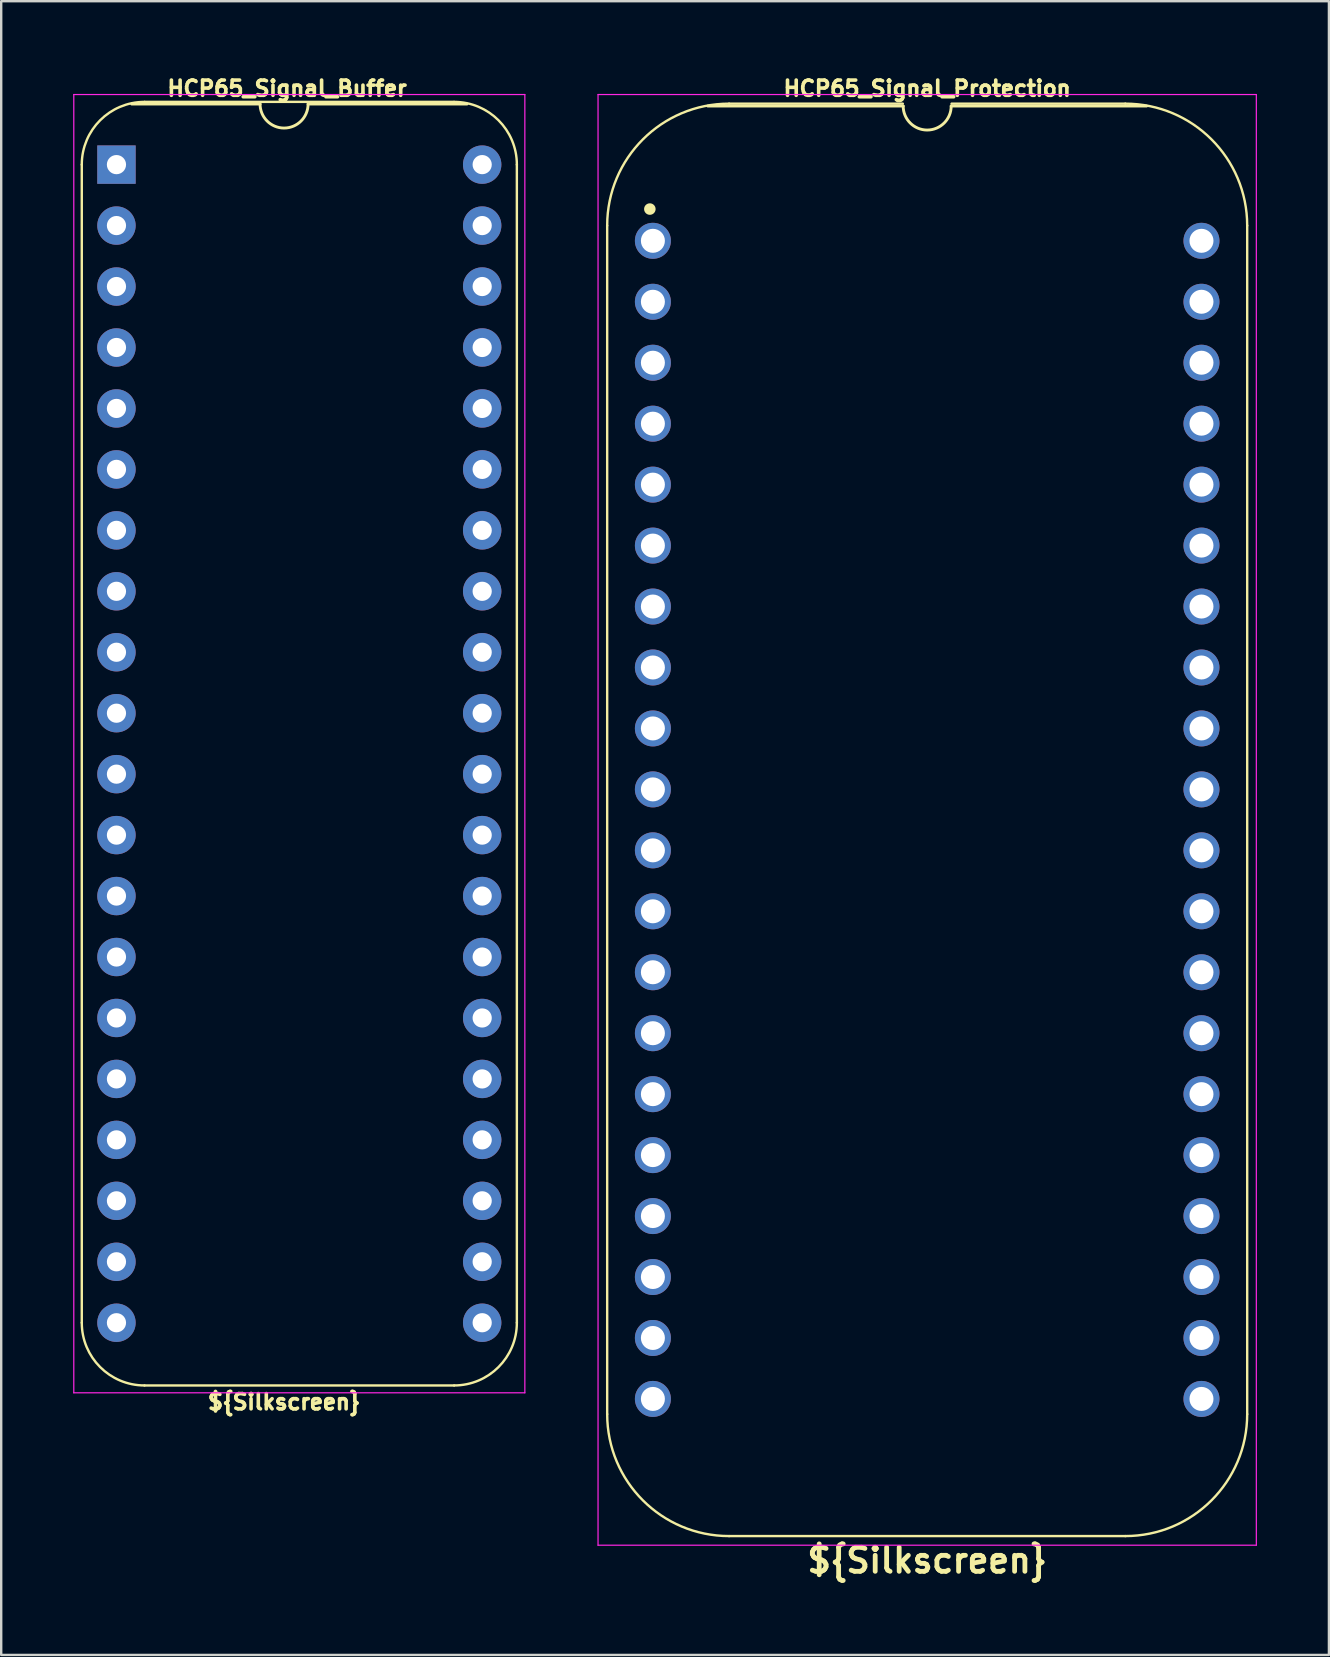
<source format=kicad_pcb>
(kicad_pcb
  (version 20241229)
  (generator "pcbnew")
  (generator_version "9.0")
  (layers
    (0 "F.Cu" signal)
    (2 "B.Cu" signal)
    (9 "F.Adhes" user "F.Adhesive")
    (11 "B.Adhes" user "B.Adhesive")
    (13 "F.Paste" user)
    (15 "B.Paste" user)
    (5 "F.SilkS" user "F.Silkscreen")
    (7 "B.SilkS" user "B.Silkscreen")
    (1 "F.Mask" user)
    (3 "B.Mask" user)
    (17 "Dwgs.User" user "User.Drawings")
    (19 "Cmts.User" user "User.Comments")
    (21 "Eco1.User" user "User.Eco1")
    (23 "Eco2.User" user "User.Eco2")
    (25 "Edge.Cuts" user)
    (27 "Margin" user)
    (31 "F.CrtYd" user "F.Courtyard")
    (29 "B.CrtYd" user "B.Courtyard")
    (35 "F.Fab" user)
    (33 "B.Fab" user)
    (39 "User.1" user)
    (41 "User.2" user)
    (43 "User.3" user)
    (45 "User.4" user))
  (footprint "HCP65_Signal_Protection"
    (layer "F.Cu")
    (at 24.157 6.985)
    (property "Reference" "HCP65_Signal_Protection" (at 11.43 -6.35 0) (layer "F.SilkS") (effects (font (size 0.635 0.635) (thickness 0.15))))
    (property "Silkscreen" "${Silkscreen}" (at 11.43 54.991 0) (layer "F.SilkS") (effects (font (size 1 1) (thickness 0.2))))
    (attr through_hole)
    (fp_line (start -1.905 -0.635) (end -1.905 48.895) (stroke (width 0.1) (type solid)) (layer "F.SilkS"))
    (fp_line (start 10.414 -5.715) (end 3.175 -5.715) (stroke (width 0.1) (type solid)) (layer "F.SilkS"))
    (fp_line (start 10.43 -5.616) (end 2.286 -5.616) (stroke (width 0.12) (type solid)) (layer "F.SilkS"))
    (fp_line (start 19.685 -5.715) (end 12.446 -5.715) (stroke (width 0.1) (type solid)) (layer "F.SilkS"))
    (fp_line (start 19.685 53.975) (end 3.175 53.975) (stroke (width 0.1) (type solid)) (layer "F.SilkS"))
    (fp_line (start 20.574 -5.616) (end 12.43 -5.616) (stroke (width 0.12) (type solid)) (layer "F.SilkS"))
    (fp_line (start 24.765 48.895) (end 24.765 -0.635) (stroke (width 0.1) (type solid)) (layer "F.SilkS"))
    (fp_arc (start -1.905 -0.635) (mid -0.417102 -4.227102) (end 3.175 -5.715) (stroke (width 0.1) (type solid)) (layer "F.SilkS"))
    (fp_arc (start 3.175 53.975) (mid -0.417102 52.487102) (end -1.905 48.895) (stroke (width 0.1) (type solid)) (layer "F.SilkS"))
    (fp_arc (start 12.43 -5.616) (mid 11.43 -4.616) (end 10.43 -5.616) (stroke (width 0.12) (type solid)) (layer "F.SilkS"))
    (fp_arc (start 19.685 -5.715) (mid 23.277102 -4.227102) (end 24.765 -0.635) (stroke (width 0.1) (type solid)) (layer "F.SilkS"))
    (fp_arc (start 24.765 48.895) (mid 23.277102 52.487102) (end 19.685 53.975) (stroke (width 0.1) (type solid)) (layer "F.SilkS"))
    (fp_circle (center -0.127 -1.323) (end 0.053 -1.323) (stroke (width 0.12) (type solid)) (fill yes) (layer "F.SilkS"))
    (fp_line (start -2.286 -6.096) (end -2.286 54.356) (stroke (width 0.05) (type solid)) (layer "F.CrtYd"))
    (fp_line (start -2.286 -6.096) (end 25.146 -6.096) (stroke (width 0.05) (type solid)) (layer "F.CrtYd"))
    (fp_line (start -2.286 54.356) (end 25.146 54.356) (stroke (width 0.05) (type solid)) (layer "F.CrtYd"))
    (fp_line (start 25.146 54.356) (end 25.146 -6.096) (stroke (width 0.05) (type solid)) (layer "F.CrtYd"))
    (pad "1" thru_hole circle (at 0 0) (size 1.5 1.5) (drill 1) (layers "*.Cu" "*.Mask"))
    (pad "2" thru_hole circle (at 0 2.54) (size 1.5 1.5) (drill 1) (layers "*.Cu" "*.Mask"))
    (pad "3" thru_hole circle (at 0 5.08) (size 1.5 1.5) (drill 1) (layers "*.Cu" "*.Mask"))
    (pad "4" thru_hole circle (at 0 7.62) (size 1.5 1.5) (drill 1) (layers "*.Cu" "*.Mask"))
    (pad "5" thru_hole circle (at 0 10.16) (size 1.5 1.5) (drill 1) (layers "*.Cu" "*.Mask"))
    (pad "6" thru_hole circle (at 0 12.7) (size 1.5 1.5) (drill 1) (layers "*.Cu" "*.Mask"))
    (pad "7" thru_hole circle (at 0 15.24) (size 1.5 1.5) (drill 1) (layers "*.Cu" "*.Mask"))
    (pad "8" thru_hole circle (at 0 17.78) (size 1.5 1.5) (drill 1) (layers "*.Cu" "*.Mask"))
    (pad "9" thru_hole circle (at 0 20.32) (size 1.5 1.5) (drill 1) (layers "*.Cu" "*.Mask"))
    (pad "10" thru_hole circle (at 0 22.86) (size 1.5 1.5) (drill 1) (layers "*.Cu" "*.Mask"))
    (pad "11" thru_hole circle (at 0 25.4) (size 1.5 1.5) (drill 1) (layers "*.Cu" "*.Mask"))
    (pad "12" thru_hole circle (at 0 27.94) (size 1.5 1.5) (drill 1) (layers "*.Cu" "*.Mask"))
    (pad "13" thru_hole circle (at 0 30.48) (size 1.5 1.5) (drill 1) (layers "*.Cu" "*.Mask"))
    (pad "14" thru_hole circle (at 0 33.02) (size 1.5 1.5) (drill 1) (layers "*.Cu" "*.Mask"))
    (pad "15" thru_hole circle (at 0 35.56) (size 1.5 1.5) (drill 1) (layers "*.Cu" "*.Mask"))
    (pad "16" thru_hole circle (at 0 38.1) (size 1.5 1.5) (drill 1) (layers "*.Cu" "*.Mask"))
    (pad "17" thru_hole circle (at 0 40.64) (size 1.5 1.5) (drill 1) (layers "*.Cu" "*.Mask"))
    (pad "18" thru_hole circle (at 0 43.18) (size 1.5 1.5) (drill 1) (layers "*.Cu" "*.Mask"))
    (pad "19" thru_hole circle (at 0 45.72) (size 1.5 1.5) (drill 1) (layers "*.Cu" "*.Mask"))
    (pad "20" thru_hole circle (at 0 48.26) (size 1.5 1.5) (drill 1) (layers "*.Cu" "*.Mask"))
    (pad "21" thru_hole circle (at 22.86 48.26) (size 1.5 1.5) (drill 1) (layers "*.Cu" "*.Mask"))
    (pad "22" thru_hole circle (at 22.86 45.72) (size 1.5 1.5) (drill 1) (layers "*.Cu" "*.Mask"))
    (pad "23" thru_hole circle (at 22.86 43.18) (size 1.5 1.5) (drill 1) (layers "*.Cu" "*.Mask"))
    (pad "24" thru_hole circle (at 22.86 40.64) (size 1.5 1.5) (drill 1) (layers "*.Cu" "*.Mask"))
    (pad "25" thru_hole circle (at 22.86 38.1) (size 1.5 1.5) (drill 1) (layers "*.Cu" "*.Mask"))
    (pad "26" thru_hole circle (at 22.86 35.56) (size 1.5 1.5) (drill 1) (layers "*.Cu" "*.Mask"))
    (pad "27" thru_hole circle (at 22.86 33.02) (size 1.5 1.5) (drill 1) (layers "*.Cu" "*.Mask"))
    (pad "28" thru_hole circle (at 22.86 30.48) (size 1.5 1.5) (drill 1) (layers "*.Cu" "*.Mask"))
    (pad "29" thru_hole circle (at 22.86 27.94) (size 1.5 1.5) (drill 1) (layers "*.Cu" "*.Mask"))
    (pad "30" thru_hole circle (at 22.86 25.4) (size 1.5 1.5) (drill 1) (layers "*.Cu" "*.Mask"))
    (pad "31" thru_hole circle (at 22.86 22.86) (size 1.5 1.5) (drill 1) (layers "*.Cu" "*.Mask"))
    (pad "32" thru_hole circle (at 22.86 20.32) (size 1.5 1.5) (drill 1) (layers "*.Cu" "*.Mask"))
    (pad "33" thru_hole circle (at 22.86 17.78) (size 1.5 1.5) (drill 1) (layers "*.Cu" "*.Mask"))
    (pad "34" thru_hole circle (at 22.86 15.24) (size 1.5 1.5) (drill 1) (layers "*.Cu" "*.Mask"))
    (pad "35" thru_hole circle (at 22.86 12.7) (size 1.5 1.5) (drill 1) (layers "*.Cu" "*.Mask"))
    (pad "36" thru_hole circle (at 22.86 10.16) (size 1.5 1.5) (drill 1) (layers "*.Cu" "*.Mask"))
    (pad "37" thru_hole circle (at 22.86 7.62) (size 1.5 1.5) (drill 1) (layers "*.Cu" "*.Mask"))
    (pad "38" thru_hole circle (at 22.86 5.08) (size 1.5 1.5) (drill 1) (layers "*.Cu" "*.Mask"))
    (pad "39" thru_hole circle (at 22.86 2.54) (size 1.5 1.5) (drill 1) (layers "*.Cu" "*.Mask"))
    (pad "40" thru_hole circle (at 22.86 0) (size 1.5 1.5) (drill 1) (layers "*.Cu" "*.Mask")))
  (footprint "HCP65_Signal_Buffer"
    (layer "F.Cu")
    (at 1.803 3.81)
    (property "Reference" "HCP65_Signal_Buffer" (at 7.112 -3.175 0) (layer "F.SilkS") (effects (font (size 0.635 0.635) (thickness 0.15))))
    (attr through_hole)
    (fp_line (start -1.445 48.26) (end -1.445 0) (stroke (width 0.1) (type solid)) (layer "F.SilkS"))
    (fp_line (start 1.168 -2.614) (end 14.072 -2.614) (stroke (width 0.1) (type solid)) (layer "F.SilkS"))
    (fp_line (start 5.985 -2.524) (end 0.635 -2.524) (stroke (width 0.12) (type solid)) (layer "F.SilkS"))
    (fp_line (start 14.072 50.874) (end 1.168 50.874) (stroke (width 0.1) (type solid)) (layer "F.SilkS"))
    (fp_line (start 14.605 -2.524) (end 7.985 -2.524) (stroke (width 0.12) (type solid)) (layer "F.SilkS"))
    (fp_line (start 16.685 48.26) (end 16.685 0) (stroke (width 0.1) (type solid)) (layer "F.SilkS"))
    (fp_arc (start -1.445332 0) (mid -0.679788 -1.848188) (end 1.1684 -2.613732) (stroke (width 0.1) (type solid)) (layer "F.SilkS"))
    (fp_arc (start 1.168401 50.873733) (mid -0.679788 50.108189) (end -1.445332 48.26) (stroke (width 0.1) (type solid)) (layer "F.SilkS"))
    (fp_arc (start 7.985 -2.524) (mid 6.985 -1.524) (end 5.985 -2.524) (stroke (width 0.12) (type solid)) (layer "F.SilkS"))
    (fp_arc (start 14.0716 -2.613732) (mid 15.919788 -1.848188) (end 16.685332 0) (stroke (width 0.1) (type solid)) (layer "F.SilkS"))
    (fp_arc (start 16.685333 48.260001) (mid 15.919788 50.108188) (end 14.071601 50.873733) (stroke (width 0.1) (type solid)) (layer "F.SilkS"))
    (fp_line (start -1.778 -2.921) (end -1.778 51.181) (stroke (width 0.05) (type solid)) (layer "F.CrtYd"))
    (fp_line (start -1.778 -2.921) (end 17.018 -2.921) (stroke (width 0.05) (type solid)) (layer "F.CrtYd"))
    (fp_line (start -1.778 51.181) (end 17.018 51.181) (stroke (width 0.05) (type solid)) (layer "F.CrtYd"))
    (fp_line (start 17.018 -2.921) (end 17.018 51.181) (stroke (width 0.05) (type solid)) (layer "F.CrtYd"))
    (fp_text user "${Silkscreen}" (at 6.985 51.562 0) (layer "F.SilkS") (effects (font (size 0.635 0.635) (thickness 0.15))))
    (pad "1" thru_hole rect (at 0 0) (size 1.6 1.6) (drill 0.8) (layers "*.Cu" "*.Mask"))
    (pad "2" thru_hole oval (at 0 2.54) (size 1.6 1.6) (drill 0.8) (layers "*.Cu" "*.Mask"))
    (pad "3" thru_hole oval (at 0 5.08) (size 1.6 1.6) (drill 0.8) (layers "*.Cu" "*.Mask"))
    (pad "4" thru_hole oval (at 0 7.62) (size 1.6 1.6) (drill 0.8) (layers "*.Cu" "*.Mask"))
    (pad "5" thru_hole oval (at 0 10.16) (size 1.6 1.6) (drill 0.8) (layers "*.Cu" "*.Mask"))
    (pad "6" thru_hole oval (at 0 12.7) (size 1.6 1.6) (drill 0.8) (layers "*.Cu" "*.Mask"))
    (pad "7" thru_hole oval (at 0 15.24) (size 1.6 1.6) (drill 0.8) (layers "*.Cu" "*.Mask"))
    (pad "8" thru_hole oval (at 0 17.78) (size 1.6 1.6) (drill 0.8) (layers "*.Cu" "*.Mask"))
    (pad "9" thru_hole oval (at 0 20.32) (size 1.6 1.6) (drill 0.8) (layers "*.Cu" "*.Mask"))
    (pad "10" thru_hole oval (at 0 22.86) (size 1.6 1.6) (drill 0.8) (layers "*.Cu" "*.Mask"))
    (pad "11" thru_hole oval (at 0 25.4) (size 1.6 1.6) (drill 0.8) (layers "*.Cu" "*.Mask"))
    (pad "12" thru_hole oval (at 0 27.94) (size 1.6 1.6) (drill 0.8) (layers "*.Cu" "*.Mask"))
    (pad "13" thru_hole oval (at 0 30.48) (size 1.6 1.6) (drill 0.8) (layers "*.Cu" "*.Mask"))
    (pad "14" thru_hole oval (at 0 33.02) (size 1.6 1.6) (drill 0.8) (layers "*.Cu" "*.Mask"))
    (pad "15" thru_hole oval (at 0 35.56) (size 1.6 1.6) (drill 0.8) (layers "*.Cu" "*.Mask"))
    (pad "16" thru_hole oval (at 0 38.1) (size 1.6 1.6) (drill 0.8) (layers "*.Cu" "*.Mask"))
    (pad "17" thru_hole oval (at 0 40.64) (size 1.6 1.6) (drill 0.8) (layers "*.Cu" "*.Mask"))
    (pad "18" thru_hole oval (at 0 43.18) (size 1.6 1.6) (drill 0.8) (layers "*.Cu" "*.Mask"))
    (pad "19" thru_hole oval (at 0 45.72) (size 1.6 1.6) (drill 0.8) (layers "*.Cu" "*.Mask"))
    (pad "20" thru_hole oval (at 0 48.26) (size 1.6 1.6) (drill 0.8) (layers "*.Cu" "*.Mask"))
    (pad "21" thru_hole oval (at 15.24 48.26) (size 1.6 1.6) (drill 0.8) (layers "*.Cu" "*.Mask"))
    (pad "22" thru_hole oval (at 15.24 45.72) (size 1.6 1.6) (drill 0.8) (layers "*.Cu" "*.Mask"))
    (pad "23" thru_hole oval (at 15.24 43.18) (size 1.6 1.6) (drill 0.8) (layers "*.Cu" "*.Mask"))
    (pad "24" thru_hole oval (at 15.24 40.64) (size 1.6 1.6) (drill 0.8) (layers "*.Cu" "*.Mask"))
    (pad "25" thru_hole oval (at 15.24 38.1) (size 1.6 1.6) (drill 0.8) (layers "*.Cu" "*.Mask"))
    (pad "26" thru_hole oval (at 15.24 35.56) (size 1.6 1.6) (drill 0.8) (layers "*.Cu" "*.Mask"))
    (pad "27" thru_hole oval (at 15.24 33.02) (size 1.6 1.6) (drill 0.8) (layers "*.Cu" "*.Mask"))
    (pad "28" thru_hole oval (at 15.24 30.48) (size 1.6 1.6) (drill 0.8) (layers "*.Cu" "*.Mask"))
    (pad "29" thru_hole oval (at 15.24 27.94) (size 1.6 1.6) (drill 0.8) (layers "*.Cu" "*.Mask"))
    (pad "30" thru_hole oval (at 15.24 25.4) (size 1.6 1.6) (drill 0.8) (layers "*.Cu" "*.Mask"))
    (pad "31" thru_hole oval (at 15.24 22.86) (size 1.6 1.6) (drill 0.8) (layers "*.Cu" "*.Mask"))
    (pad "32" thru_hole oval (at 15.24 20.32) (size 1.6 1.6) (drill 0.8) (layers "*.Cu" "*.Mask"))
    (pad "33" thru_hole oval (at 15.24 17.78) (size 1.6 1.6) (drill 0.8) (layers "*.Cu" "*.Mask"))
    (pad "34" thru_hole oval (at 15.24 15.24) (size 1.6 1.6) (drill 0.8) (layers "*.Cu" "*.Mask"))
    (pad "35" thru_hole oval (at 15.24 12.7) (size 1.6 1.6) (drill 0.8) (layers "*.Cu" "*.Mask"))
    (pad "36" thru_hole oval (at 15.24 10.16) (size 1.6 1.6) (drill 0.8) (layers "*.Cu" "*.Mask"))
    (pad "37" thru_hole oval (at 15.24 7.62) (size 1.6 1.6) (drill 0.8) (layers "*.Cu" "*.Mask"))
    (pad "38" thru_hole oval (at 15.24 5.08) (size 1.6 1.6) (drill 0.8) (layers "*.Cu" "*.Mask"))
    (pad "39" thru_hole oval (at 15.24 2.54) (size 1.6 1.6) (drill 0.8) (layers "*.Cu" "*.Mask"))
    (pad "40" thru_hole oval (at 15.24 0) (size 1.6 1.6) (drill 0.8) (layers "*.Cu" "*.Mask")))
  (gr_rect
    (start -3 -3)
    (end 52.328 65.912)
    (stroke (width 0.1) (type default))
    (fill no)
    (layer "Edge.Cuts")))
</source>
